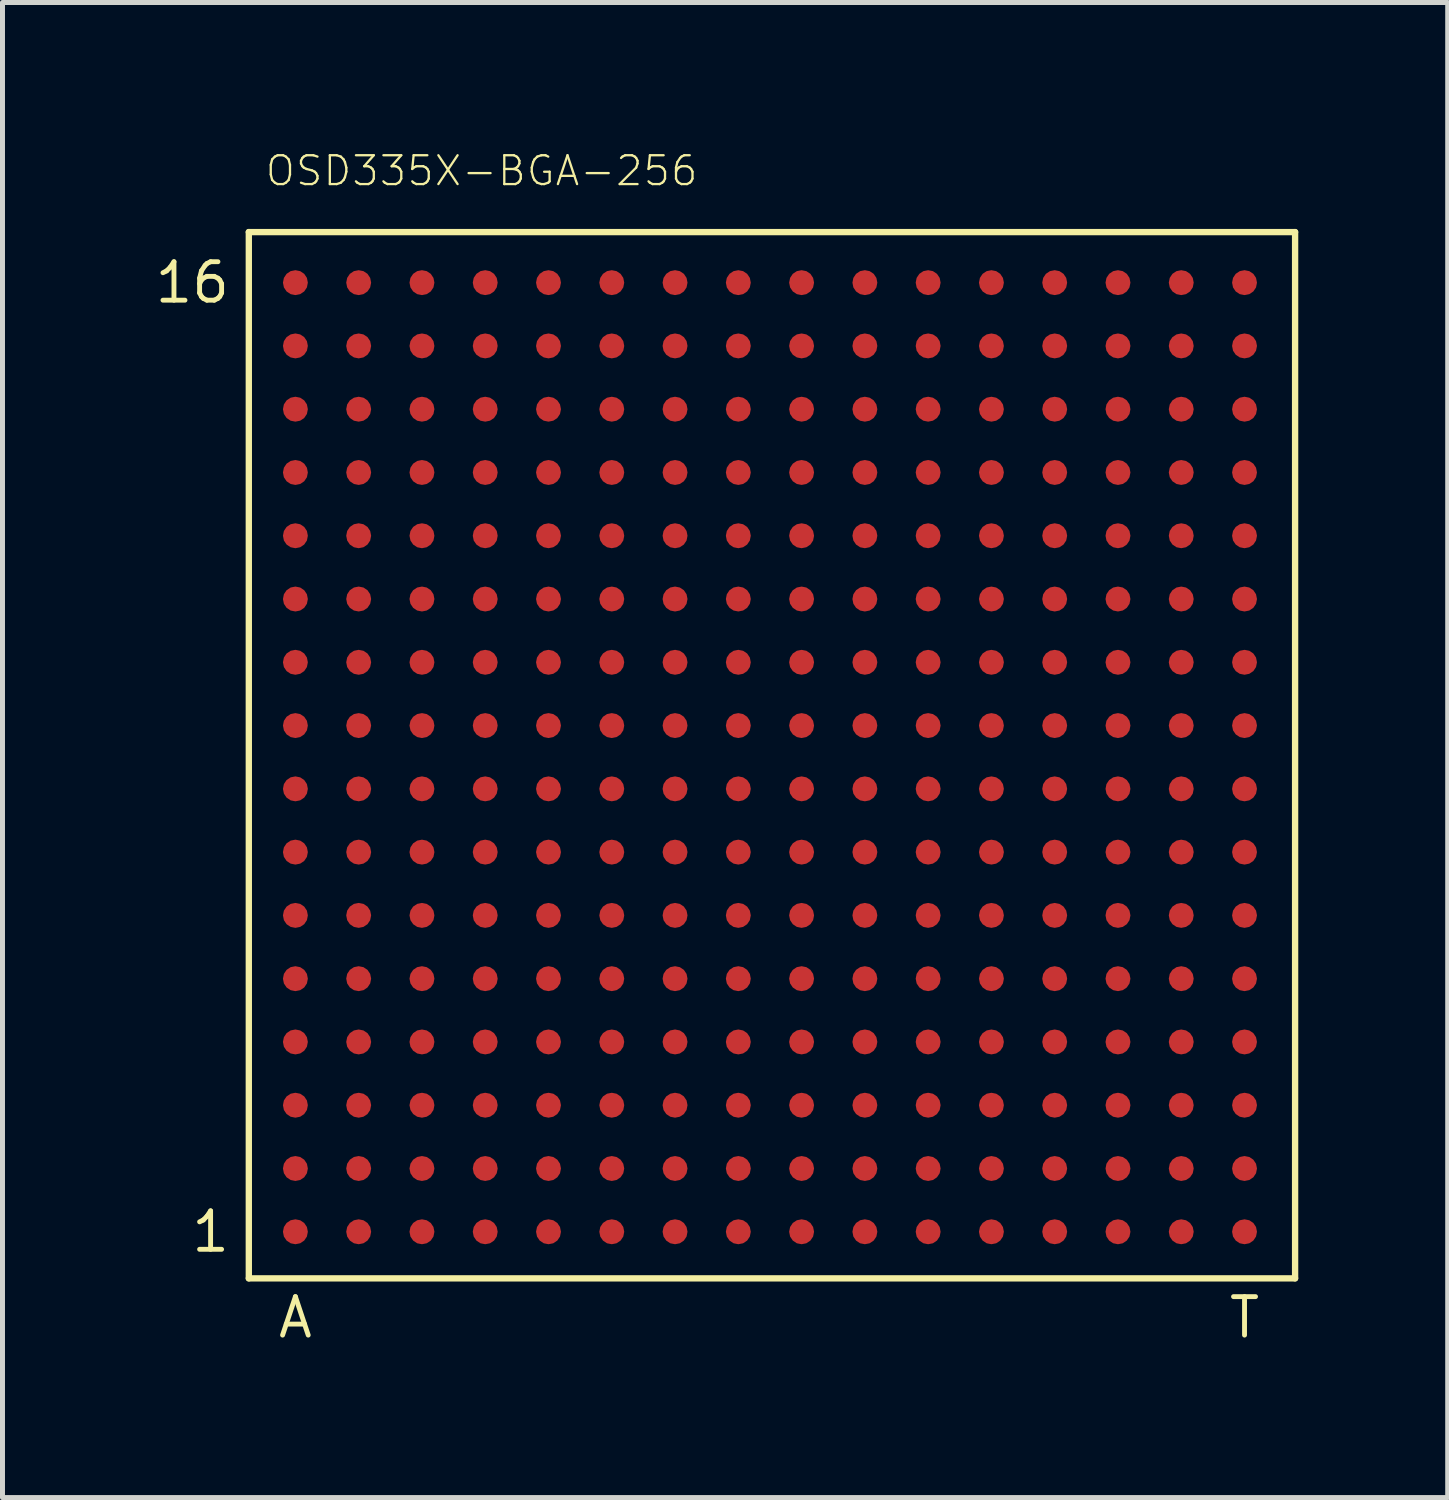
<source format=kicad_pcb>
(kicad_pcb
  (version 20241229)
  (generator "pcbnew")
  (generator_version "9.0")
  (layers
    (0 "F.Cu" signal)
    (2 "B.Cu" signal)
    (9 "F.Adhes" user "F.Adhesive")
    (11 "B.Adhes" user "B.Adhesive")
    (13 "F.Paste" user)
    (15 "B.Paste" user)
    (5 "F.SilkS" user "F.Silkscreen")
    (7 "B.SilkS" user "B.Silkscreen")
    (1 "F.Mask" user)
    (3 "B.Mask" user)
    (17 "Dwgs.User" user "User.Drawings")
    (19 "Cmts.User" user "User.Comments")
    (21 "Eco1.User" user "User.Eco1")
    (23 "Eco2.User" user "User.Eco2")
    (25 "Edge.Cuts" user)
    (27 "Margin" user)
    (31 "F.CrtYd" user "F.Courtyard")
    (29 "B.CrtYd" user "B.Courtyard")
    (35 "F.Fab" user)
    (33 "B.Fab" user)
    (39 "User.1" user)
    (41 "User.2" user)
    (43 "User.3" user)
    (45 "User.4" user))
  (footprint "OSD335X-BGA-256"
    (layer "F.Cu")
    (at 12.404 12.148)
    (property "Reference" "OSD335X-BGA-256" (at -10.16 -11.43 0) (layer "F.SilkS") (effects (font (size 0.579 0.579) (thickness 0.046)) (justify left bottom)))
    (attr through_hole)
    (fp_line (start -10.46 -10.54) (end -10.46 10.46) (stroke (width 0.127) (type solid)) (layer "F.SilkS"))
    (fp_line (start -10.46 10.46) (end 10.54 10.46) (stroke (width 0.127) (type solid)) (layer "F.SilkS"))
    (fp_line (start 10.54 -10.54) (end -10.46 -10.54) (stroke (width 0.127) (type solid)) (layer "F.SilkS"))
    (fp_line (start 10.54 10.46) (end 10.54 -10.54) (stroke (width 0.127) (type solid)) (layer "F.SilkS"))
    (fp_text user "16" (at -10.795 -9.525 0) (layer "F.SilkS") (effects (font (size 0.772 0.772) (thickness 0.098)) (justify right)))
    (fp_text user "A" (at -9.525 10.795 0) (layer "F.SilkS") (effects (font (size 0.772 0.772) (thickness 0.098)) (justify top)))
    (fp_text user "T" (at 9.525 10.795 0) (layer "F.SilkS") (effects (font (size 0.772 0.772) (thickness 0.098)) (justify top)))
    (fp_text user "1" (at -10.795 9.525 0) (layer "F.SilkS") (effects (font (size 0.772 0.772) (thickness 0.098)) (justify right)))
    (pad "A1" smd roundrect (at -9.525 9.525) (size 0.5 0.5) (layers "F.Cu" "F.Mask" "F.Paste") (roundrect_rratio 0.5))
    (pad "A2" smd roundrect (at -9.525 8.255) (size 0.5 0.5) (layers "F.Cu" "F.Mask" "F.Paste") (roundrect_rratio 0.5))
    (pad "A3" smd roundrect (at -9.525 6.985) (size 0.5 0.5) (layers "F.Cu" "F.Mask" "F.Paste") (roundrect_rratio 0.5))
    (pad "A4" smd roundrect (at -9.525 5.715) (size 0.5 0.5) (layers "F.Cu" "F.Mask" "F.Paste") (roundrect_rratio 0.5))
    (pad "A5" smd roundrect (at -9.525 4.445) (size 0.5 0.5) (layers "F.Cu" "F.Mask" "F.Paste") (roundrect_rratio 0.5))
    (pad "A6" smd roundrect (at -9.525 3.175) (size 0.5 0.5) (layers "F.Cu" "F.Mask" "F.Paste") (roundrect_rratio 0.5))
    (pad "A7" smd roundrect (at -9.525 1.905) (size 0.5 0.5) (layers "F.Cu" "F.Mask" "F.Paste") (roundrect_rratio 0.5))
    (pad "A8" smd roundrect (at -9.525 0.635) (size 0.5 0.5) (layers "F.Cu" "F.Mask" "F.Paste") (roundrect_rratio 0.5))
    (pad "A9" smd roundrect (at -9.525 -0.635) (size 0.5 0.5) (layers "F.Cu" "F.Mask" "F.Paste") (roundrect_rratio 0.5))
    (pad "A10" smd roundrect (at -9.525 -1.905) (size 0.5 0.5) (layers "F.Cu" "F.Mask" "F.Paste") (roundrect_rratio 0.5))
    (pad "A11" smd roundrect (at -9.525 -3.175) (size 0.5 0.5) (layers "F.Cu" "F.Mask" "F.Paste") (roundrect_rratio 0.5))
    (pad "A12" smd roundrect (at -9.525 -4.445) (size 0.5 0.5) (layers "F.Cu" "F.Mask" "F.Paste") (roundrect_rratio 0.5))
    (pad "A13" smd roundrect (at -9.525 -5.715) (size 0.5 0.5) (layers "F.Cu" "F.Mask" "F.Paste") (roundrect_rratio 0.5))
    (pad "A14" smd roundrect (at -9.525 -6.985) (size 0.5 0.5) (layers "F.Cu" "F.Mask" "F.Paste") (roundrect_rratio 0.5))
    (pad "A15" smd roundrect (at -9.525 -8.255) (size 0.5 0.5) (layers "F.Cu" "F.Mask" "F.Paste") (roundrect_rratio 0.5))
    (pad "A16" smd roundrect (at -9.525 -9.525) (size 0.5 0.5) (layers "F.Cu" "F.Mask" "F.Paste") (roundrect_rratio 0.5))
    (pad "B1" smd roundrect (at -8.255 9.525) (size 0.5 0.5) (layers "F.Cu" "F.Mask" "F.Paste") (roundrect_rratio 0.5))
    (pad "B2" smd roundrect (at -8.255 8.255) (size 0.5 0.5) (layers "F.Cu" "F.Mask" "F.Paste") (roundrect_rratio 0.5))
    (pad "B3" smd roundrect (at -8.255 6.985) (size 0.5 0.5) (layers "F.Cu" "F.Mask" "F.Paste") (roundrect_rratio 0.5))
    (pad "B4" smd roundrect (at -8.255 5.715) (size 0.5 0.5) (layers "F.Cu" "F.Mask" "F.Paste") (roundrect_rratio 0.5))
    (pad "B5" smd roundrect (at -8.255 4.445) (size 0.5 0.5) (layers "F.Cu" "F.Mask" "F.Paste") (roundrect_rratio 0.5))
    (pad "B6" smd roundrect (at -8.255 3.175) (size 0.5 0.5) (layers "F.Cu" "F.Mask" "F.Paste") (roundrect_rratio 0.5))
    (pad "B7" smd roundrect (at -8.255 1.905) (size 0.5 0.5) (layers "F.Cu" "F.Mask" "F.Paste") (roundrect_rratio 0.5))
    (pad "B8" smd roundrect (at -8.255 0.635) (size 0.5 0.5) (layers "F.Cu" "F.Mask" "F.Paste") (roundrect_rratio 0.5))
    (pad "B9" smd roundrect (at -8.255 -0.635) (size 0.5 0.5) (layers "F.Cu" "F.Mask" "F.Paste") (roundrect_rratio 0.5))
    (pad "B10" smd roundrect (at -8.255 -1.905) (size 0.5 0.5) (layers "F.Cu" "F.Mask" "F.Paste") (roundrect_rratio 0.5))
    (pad "B11" smd roundrect (at -8.255 -3.175) (size 0.5 0.5) (layers "F.Cu" "F.Mask" "F.Paste") (roundrect_rratio 0.5))
    (pad "B12" smd roundrect (at -8.255 -4.445) (size 0.5 0.5) (layers "F.Cu" "F.Mask" "F.Paste") (roundrect_rratio 0.5))
    (pad "B13" smd roundrect (at -8.255 -5.715) (size 0.5 0.5) (layers "F.Cu" "F.Mask" "F.Paste") (roundrect_rratio 0.5))
    (pad "B14" smd roundrect (at -8.255 -6.985) (size 0.5 0.5) (layers "F.Cu" "F.Mask" "F.Paste") (roundrect_rratio 0.5))
    (pad "B15" smd roundrect (at -8.255 -8.255) (size 0.5 0.5) (layers "F.Cu" "F.Mask" "F.Paste") (roundrect_rratio 0.5))
    (pad "B16" smd roundrect (at -8.255 -9.525) (size 0.5 0.5) (layers "F.Cu" "F.Mask" "F.Paste") (roundrect_rratio 0.5))
    (pad "C1" smd roundrect (at -6.985 9.525) (size 0.5 0.5) (layers "F.Cu" "F.Mask" "F.Paste") (roundrect_rratio 0.5))
    (pad "C2" smd roundrect (at -6.985 8.255) (size 0.5 0.5) (layers "F.Cu" "F.Mask" "F.Paste") (roundrect_rratio 0.5))
    (pad "C3" smd roundrect (at -6.985 6.985) (size 0.5 0.5) (layers "F.Cu" "F.Mask" "F.Paste") (roundrect_rratio 0.5))
    (pad "C4" smd roundrect (at -6.985 5.715) (size 0.5 0.5) (layers "F.Cu" "F.Mask" "F.Paste") (roundrect_rratio 0.5))
    (pad "C5" smd roundrect (at -6.985 4.445) (size 0.5 0.5) (layers "F.Cu" "F.Mask" "F.Paste") (roundrect_rratio 0.5))
    (pad "C6" smd roundrect (at -6.985 3.175) (size 0.5 0.5) (layers "F.Cu" "F.Mask" "F.Paste") (roundrect_rratio 0.5))
    (pad "C7" smd roundrect (at -6.985 1.905) (size 0.5 0.5) (layers "F.Cu" "F.Mask" "F.Paste") (roundrect_rratio 0.5))
    (pad "C8" smd roundrect (at -6.985 0.635) (size 0.5 0.5) (layers "F.Cu" "F.Mask" "F.Paste") (roundrect_rratio 0.5))
    (pad "C9" smd roundrect (at -6.985 -0.635) (size 0.5 0.5) (layers "F.Cu" "F.Mask" "F.Paste") (roundrect_rratio 0.5))
    (pad "C10" smd roundrect (at -6.985 -1.905) (size 0.5 0.5) (layers "F.Cu" "F.Mask" "F.Paste") (roundrect_rratio 0.5))
    (pad "C11" smd roundrect (at -6.985 -3.175) (size 0.5 0.5) (layers "F.Cu" "F.Mask" "F.Paste") (roundrect_rratio 0.5))
    (pad "C12" smd roundrect (at -6.985 -4.445) (size 0.5 0.5) (layers "F.Cu" "F.Mask" "F.Paste") (roundrect_rratio 0.5))
    (pad "C13" smd roundrect (at -6.985 -5.715) (size 0.5 0.5) (layers "F.Cu" "F.Mask" "F.Paste") (roundrect_rratio 0.5))
    (pad "C14" smd roundrect (at -6.985 -6.985) (size 0.5 0.5) (layers "F.Cu" "F.Mask" "F.Paste") (roundrect_rratio 0.5))
    (pad "C15" smd roundrect (at -6.985 -8.255) (size 0.5 0.5) (layers "F.Cu" "F.Mask" "F.Paste") (roundrect_rratio 0.5))
    (pad "C16" smd roundrect (at -6.985 -9.525) (size 0.5 0.5) (layers "F.Cu" "F.Mask" "F.Paste") (roundrect_rratio 0.5))
    (pad "D1" smd roundrect (at -5.715 9.525) (size 0.5 0.5) (layers "F.Cu" "F.Mask" "F.Paste") (roundrect_rratio 0.5))
    (pad "D2" smd roundrect (at -5.715 8.255) (size 0.5 0.5) (layers "F.Cu" "F.Mask" "F.Paste") (roundrect_rratio 0.5))
    (pad "D3" smd roundrect (at -5.715 6.985) (size 0.5 0.5) (layers "F.Cu" "F.Mask" "F.Paste") (roundrect_rratio 0.5))
    (pad "D4" smd roundrect (at -5.715 5.715) (size 0.5 0.5) (layers "F.Cu" "F.Mask" "F.Paste") (roundrect_rratio 0.5))
    (pad "D5" smd roundrect (at -5.715 4.445) (size 0.5 0.5) (layers "F.Cu" "F.Mask" "F.Paste") (roundrect_rratio 0.5))
    (pad "D6" smd roundrect (at -5.715 3.175) (size 0.5 0.5) (layers "F.Cu" "F.Mask" "F.Paste") (roundrect_rratio 0.5))
    (pad "D7" smd roundrect (at -5.715 1.905) (size 0.5 0.5) (layers "F.Cu" "F.Mask" "F.Paste") (roundrect_rratio 0.5))
    (pad "D8" smd roundrect (at -5.715 0.635) (size 0.5 0.5) (layers "F.Cu" "F.Mask" "F.Paste") (roundrect_rratio 0.5))
    (pad "D9" smd roundrect (at -5.715 -0.635) (size 0.5 0.5) (layers "F.Cu" "F.Mask" "F.Paste") (roundrect_rratio 0.5))
    (pad "D10" smd roundrect (at -5.715 -1.905) (size 0.5 0.5) (layers "F.Cu" "F.Mask" "F.Paste") (roundrect_rratio 0.5))
    (pad "D11" smd roundrect (at -5.715 -3.175) (size 0.5 0.5) (layers "F.Cu" "F.Mask" "F.Paste") (roundrect_rratio 0.5))
    (pad "D12" smd roundrect (at -5.715 -4.445) (size 0.5 0.5) (layers "F.Cu" "F.Mask" "F.Paste") (roundrect_rratio 0.5))
    (pad "D13" smd roundrect (at -5.715 -5.715) (size 0.5 0.5) (layers "F.Cu" "F.Mask" "F.Paste") (roundrect_rratio 0.5))
    (pad "D14" smd roundrect (at -5.715 -6.985) (size 0.5 0.5) (layers "F.Cu" "F.Mask" "F.Paste") (roundrect_rratio 0.5))
    (pad "D15" smd roundrect (at -5.715 -8.255) (size 0.5 0.5) (layers "F.Cu" "F.Mask" "F.Paste") (roundrect_rratio 0.5))
    (pad "D16" smd roundrect (at -5.715 -9.525) (size 0.5 0.5) (layers "F.Cu" "F.Mask" "F.Paste") (roundrect_rratio 0.5))
    (pad "E1" smd roundrect (at -4.445 9.525) (size 0.5 0.5) (layers "F.Cu" "F.Mask" "F.Paste") (roundrect_rratio 0.5))
    (pad "E2" smd roundrect (at -4.445 8.255) (size 0.5 0.5) (layers "F.Cu" "F.Mask" "F.Paste") (roundrect_rratio 0.5))
    (pad "E3" smd roundrect (at -4.445 6.985) (size 0.5 0.5) (layers "F.Cu" "F.Mask" "F.Paste") (roundrect_rratio 0.5))
    (pad "E4" smd roundrect (at -4.445 5.715) (size 0.5 0.5) (layers "F.Cu" "F.Mask" "F.Paste") (roundrect_rratio 0.5))
    (pad "E5" smd roundrect (at -4.445 4.445) (size 0.5 0.5) (layers "F.Cu" "F.Mask" "F.Paste") (roundrect_rratio 0.5))
    (pad "E6" smd roundrect (at -4.445 3.175) (size 0.5 0.5) (layers "F.Cu" "F.Mask" "F.Paste") (roundrect_rratio 0.5))
    (pad "E7" smd roundrect (at -4.445 1.905) (size 0.5 0.5) (layers "F.Cu" "F.Mask" "F.Paste") (roundrect_rratio 0.5))
    (pad "E8" smd roundrect (at -4.445 0.635) (size 0.5 0.5) (layers "F.Cu" "F.Mask" "F.Paste") (roundrect_rratio 0.5))
    (pad "E9" smd roundrect (at -4.445 -0.635) (size 0.5 0.5) (layers "F.Cu" "F.Mask" "F.Paste") (roundrect_rratio 0.5))
    (pad "E10" smd roundrect (at -4.445 -1.905) (size 0.5 0.5) (layers "F.Cu" "F.Mask" "F.Paste") (roundrect_rratio 0.5))
    (pad "E11" smd roundrect (at -4.445 -3.175) (size 0.5 0.5) (layers "F.Cu" "F.Mask" "F.Paste") (roundrect_rratio 0.5))
    (pad "E12" smd roundrect (at -4.445 -4.445) (size 0.5 0.5) (layers "F.Cu" "F.Mask" "F.Paste") (roundrect_rratio 0.5))
    (pad "E13" smd roundrect (at -4.445 -5.715) (size 0.5 0.5) (layers "F.Cu" "F.Mask" "F.Paste") (roundrect_rratio 0.5))
    (pad "E14" smd roundrect (at -4.445 -6.985) (size 0.5 0.5) (layers "F.Cu" "F.Mask" "F.Paste") (roundrect_rratio 0.5))
    (pad "E15" smd roundrect (at -4.445 -8.255) (size 0.5 0.5) (layers "F.Cu" "F.Mask" "F.Paste") (roundrect_rratio 0.5))
    (pad "E16" smd roundrect (at -4.445 -9.525) (size 0.5 0.5) (layers "F.Cu" "F.Mask" "F.Paste") (roundrect_rratio 0.5))
    (pad "F1" smd roundrect (at -3.175 9.525) (size 0.5 0.5) (layers "F.Cu" "F.Mask" "F.Paste") (roundrect_rratio 0.5))
    (pad "F2" smd roundrect (at -3.175 8.255) (size 0.5 0.5) (layers "F.Cu" "F.Mask" "F.Paste") (roundrect_rratio 0.5))
    (pad "F3" smd roundrect (at -3.175 6.985) (size 0.5 0.5) (layers "F.Cu" "F.Mask" "F.Paste") (roundrect_rratio 0.5))
    (pad "F4" smd roundrect (at -3.175 5.715) (size 0.5 0.5) (layers "F.Cu" "F.Mask" "F.Paste") (roundrect_rratio 0.5))
    (pad "F5" smd roundrect (at -3.175 4.445) (size 0.5 0.5) (layers "F.Cu" "F.Mask" "F.Paste") (roundrect_rratio 0.5))
    (pad "F6" smd roundrect (at -3.175 3.175) (size 0.5 0.5) (layers "F.Cu" "F.Mask" "F.Paste") (roundrect_rratio 0.5))
    (pad "F7" smd roundrect (at -3.175 1.905) (size 0.5 0.5) (layers "F.Cu" "F.Mask" "F.Paste") (roundrect_rratio 0.5))
    (pad "F8" smd roundrect (at -3.175 0.635) (size 0.5 0.5) (layers "F.Cu" "F.Mask" "F.Paste") (roundrect_rratio 0.5))
    (pad "F9" smd roundrect (at -3.175 -0.635) (size 0.5 0.5) (layers "F.Cu" "F.Mask" "F.Paste") (roundrect_rratio 0.5))
    (pad "F10" smd roundrect (at -3.175 -1.905) (size 0.5 0.5) (layers "F.Cu" "F.Mask" "F.Paste") (roundrect_rratio 0.5))
    (pad "F11" smd roundrect (at -3.175 -3.175) (size 0.5 0.5) (layers "F.Cu" "F.Mask" "F.Paste") (roundrect_rratio 0.5))
    (pad "F12" smd roundrect (at -3.175 -4.445) (size 0.5 0.5) (layers "F.Cu" "F.Mask" "F.Paste") (roundrect_rratio 0.5))
    (pad "F13" smd roundrect (at -3.175 -5.715) (size 0.5 0.5) (layers "F.Cu" "F.Mask" "F.Paste") (roundrect_rratio 0.5))
    (pad "F14" smd roundrect (at -3.175 -6.985) (size 0.5 0.5) (layers "F.Cu" "F.Mask" "F.Paste") (roundrect_rratio 0.5))
    (pad "F15" smd roundrect (at -3.175 -8.255) (size 0.5 0.5) (layers "F.Cu" "F.Mask" "F.Paste") (roundrect_rratio 0.5))
    (pad "F16" smd roundrect (at -3.175 -9.525) (size 0.5 0.5) (layers "F.Cu" "F.Mask" "F.Paste") (roundrect_rratio 0.5))
    (pad "G1" smd roundrect (at -1.905 9.525) (size 0.5 0.5) (layers "F.Cu" "F.Mask" "F.Paste") (roundrect_rratio 0.5))
    (pad "G2" smd roundrect (at -1.905 8.255) (size 0.5 0.5) (layers "F.Cu" "F.Mask" "F.Paste") (roundrect_rratio 0.5))
    (pad "G3" smd roundrect (at -1.905 6.985) (size 0.5 0.5) (layers "F.Cu" "F.Mask" "F.Paste") (roundrect_rratio 0.5))
    (pad "G4" smd roundrect (at -1.905 5.715) (size 0.5 0.5) (layers "F.Cu" "F.Mask" "F.Paste") (roundrect_rratio 0.5))
    (pad "G5" smd roundrect (at -1.905 4.445) (size 0.5 0.5) (layers "F.Cu" "F.Mask" "F.Paste") (roundrect_rratio 0.5))
    (pad "G6" smd roundrect (at -1.905 3.175) (size 0.5 0.5) (layers "F.Cu" "F.Mask" "F.Paste") (roundrect_rratio 0.5))
    (pad "G7" smd roundrect (at -1.905 1.905) (size 0.5 0.5) (layers "F.Cu" "F.Mask" "F.Paste") (roundrect_rratio 0.5))
    (pad "G8" smd roundrect (at -1.905 0.635) (size 0.5 0.5) (layers "F.Cu" "F.Mask" "F.Paste") (roundrect_rratio 0.5))
    (pad "G9" smd roundrect (at -1.905 -0.635) (size 0.5 0.5) (layers "F.Cu" "F.Mask" "F.Paste") (roundrect_rratio 0.5))
    (pad "G10" smd roundrect (at -1.905 -1.905) (size 0.5 0.5) (layers "F.Cu" "F.Mask" "F.Paste") (roundrect_rratio 0.5))
    (pad "G11" smd roundrect (at -1.905 -3.175) (size 0.5 0.5) (layers "F.Cu" "F.Mask" "F.Paste") (roundrect_rratio 0.5))
    (pad "G12" smd roundrect (at -1.905 -4.445) (size 0.5 0.5) (layers "F.Cu" "F.Mask" "F.Paste") (roundrect_rratio 0.5))
    (pad "G13" smd roundrect (at -1.905 -5.715) (size 0.5 0.5) (layers "F.Cu" "F.Mask" "F.Paste") (roundrect_rratio 0.5))
    (pad "G14" smd roundrect (at -1.905 -6.985) (size 0.5 0.5) (layers "F.Cu" "F.Mask" "F.Paste") (roundrect_rratio 0.5))
    (pad "G15" smd roundrect (at -1.905 -8.255) (size 0.5 0.5) (layers "F.Cu" "F.Mask" "F.Paste") (roundrect_rratio 0.5))
    (pad "G16" smd roundrect (at -1.905 -9.525) (size 0.5 0.5) (layers "F.Cu" "F.Mask" "F.Paste") (roundrect_rratio 0.5))
    (pad "H1" smd roundrect (at -0.635 9.525) (size 0.5 0.5) (layers "F.Cu" "F.Mask" "F.Paste") (roundrect_rratio 0.5))
    (pad "H2" smd roundrect (at -0.635 8.255) (size 0.5 0.5) (layers "F.Cu" "F.Mask" "F.Paste") (roundrect_rratio 0.5))
    (pad "H3" smd roundrect (at -0.635 6.985) (size 0.5 0.5) (layers "F.Cu" "F.Mask" "F.Paste") (roundrect_rratio 0.5))
    (pad "H4" smd roundrect (at -0.635 5.715) (size 0.5 0.5) (layers "F.Cu" "F.Mask" "F.Paste") (roundrect_rratio 0.5))
    (pad "H5" smd roundrect (at -0.635 4.445) (size 0.5 0.5) (layers "F.Cu" "F.Mask" "F.Paste") (roundrect_rratio 0.5))
    (pad "H6" smd roundrect (at -0.635 3.175) (size 0.5 0.5) (layers "F.Cu" "F.Mask" "F.Paste") (roundrect_rratio 0.5))
    (pad "H7" smd roundrect (at -0.635 1.905) (size 0.5 0.5) (layers "F.Cu" "F.Mask" "F.Paste") (roundrect_rratio 0.5))
    (pad "H8" smd roundrect (at -0.635 0.635) (size 0.5 0.5) (layers "F.Cu" "F.Mask" "F.Paste") (roundrect_rratio 0.5))
    (pad "H9" smd roundrect (at -0.635 -0.635) (size 0.5 0.5) (layers "F.Cu" "F.Mask" "F.Paste") (roundrect_rratio 0.5))
    (pad "H10" smd roundrect (at -0.635 -1.905) (size 0.5 0.5) (layers "F.Cu" "F.Mask" "F.Paste") (roundrect_rratio 0.5))
    (pad "H11" smd roundrect (at -0.635 -3.175) (size 0.5 0.5) (layers "F.Cu" "F.Mask" "F.Paste") (roundrect_rratio 0.5))
    (pad "H12" smd roundrect (at -0.635 -4.445) (size 0.5 0.5) (layers "F.Cu" "F.Mask" "F.Paste") (roundrect_rratio 0.5))
    (pad "H13" smd roundrect (at -0.635 -5.715) (size 0.5 0.5) (layers "F.Cu" "F.Mask" "F.Paste") (roundrect_rratio 0.5))
    (pad "H14" smd roundrect (at -0.635 -6.985) (size 0.5 0.5) (layers "F.Cu" "F.Mask" "F.Paste") (roundrect_rratio 0.5))
    (pad "H15" smd roundrect (at -0.635 -8.255) (size 0.5 0.5) (layers "F.Cu" "F.Mask" "F.Paste") (roundrect_rratio 0.5))
    (pad "H16" smd roundrect (at -0.635 -9.525) (size 0.5 0.5) (layers "F.Cu" "F.Mask" "F.Paste") (roundrect_rratio 0.5))
    (pad "J1" smd roundrect (at 0.635 9.525) (size 0.5 0.5) (layers "F.Cu" "F.Mask" "F.Paste") (roundrect_rratio 0.5))
    (pad "J2" smd roundrect (at 0.635 8.255) (size 0.5 0.5) (layers "F.Cu" "F.Mask" "F.Paste") (roundrect_rratio 0.5))
    (pad "J3" smd roundrect (at 0.635 6.985) (size 0.5 0.5) (layers "F.Cu" "F.Mask" "F.Paste") (roundrect_rratio 0.5))
    (pad "J4" smd roundrect (at 0.635 5.715) (size 0.5 0.5) (layers "F.Cu" "F.Mask" "F.Paste") (roundrect_rratio 0.5))
    (pad "J5" smd roundrect (at 0.635 4.445) (size 0.5 0.5) (layers "F.Cu" "F.Mask" "F.Paste") (roundrect_rratio 0.5))
    (pad "J6" smd roundrect (at 0.635 3.175) (size 0.5 0.5) (layers "F.Cu" "F.Mask" "F.Paste") (roundrect_rratio 0.5))
    (pad "J7" smd roundrect (at 0.635 1.905) (size 0.5 0.5) (layers "F.Cu" "F.Mask" "F.Paste") (roundrect_rratio 0.5))
    (pad "J8" smd roundrect (at 0.635 0.635) (size 0.5 0.5) (layers "F.Cu" "F.Mask" "F.Paste") (roundrect_rratio 0.5))
    (pad "J9" smd roundrect (at 0.635 -0.635) (size 0.5 0.5) (layers "F.Cu" "F.Mask" "F.Paste") (roundrect_rratio 0.5))
    (pad "J10" smd roundrect (at 0.635 -1.905) (size 0.5 0.5) (layers "F.Cu" "F.Mask" "F.Paste") (roundrect_rratio 0.5))
    (pad "J11" smd roundrect (at 0.635 -3.175) (size 0.5 0.5) (layers "F.Cu" "F.Mask" "F.Paste") (roundrect_rratio 0.5))
    (pad "J12" smd roundrect (at 0.635 -4.445) (size 0.5 0.5) (layers "F.Cu" "F.Mask" "F.Paste") (roundrect_rratio 0.5))
    (pad "J13" smd roundrect (at 0.635 -5.715) (size 0.5 0.5) (layers "F.Cu" "F.Mask" "F.Paste") (roundrect_rratio 0.5))
    (pad "J14" smd roundrect (at 0.635 -6.985) (size 0.5 0.5) (layers "F.Cu" "F.Mask" "F.Paste") (roundrect_rratio 0.5))
    (pad "J15" smd roundrect (at 0.635 -8.255) (size 0.5 0.5) (layers "F.Cu" "F.Mask" "F.Paste") (roundrect_rratio 0.5))
    (pad "J16" smd roundrect (at 0.635 -9.525) (size 0.5 0.5) (layers "F.Cu" "F.Mask" "F.Paste") (roundrect_rratio 0.5))
    (pad "K1" smd roundrect (at 1.905 9.525) (size 0.5 0.5) (layers "F.Cu" "F.Mask" "F.Paste") (roundrect_rratio 0.5))
    (pad "K2" smd roundrect (at 1.905 8.255) (size 0.5 0.5) (layers "F.Cu" "F.Mask" "F.Paste") (roundrect_rratio 0.5))
    (pad "K3" smd roundrect (at 1.905 6.985) (size 0.5 0.5) (layers "F.Cu" "F.Mask" "F.Paste") (roundrect_rratio 0.5))
    (pad "K4" smd roundrect (at 1.905 5.715) (size 0.5 0.5) (layers "F.Cu" "F.Mask" "F.Paste") (roundrect_rratio 0.5))
    (pad "K5" smd roundrect (at 1.905 4.445) (size 0.5 0.5) (layers "F.Cu" "F.Mask" "F.Paste") (roundrect_rratio 0.5))
    (pad "K6" smd roundrect (at 1.905 3.175) (size 0.5 0.5) (layers "F.Cu" "F.Mask" "F.Paste") (roundrect_rratio 0.5))
    (pad "K7" smd roundrect (at 1.905 1.905) (size 0.5 0.5) (layers "F.Cu" "F.Mask" "F.Paste") (roundrect_rratio 0.5))
    (pad "K8" smd roundrect (at 1.905 0.635) (size 0.5 0.5) (layers "F.Cu" "F.Mask" "F.Paste") (roundrect_rratio 0.5))
    (pad "K9" smd roundrect (at 1.905 -0.635) (size 0.5 0.5) (layers "F.Cu" "F.Mask" "F.Paste") (roundrect_rratio 0.5))
    (pad "K10" smd roundrect (at 1.905 -1.905) (size 0.5 0.5) (layers "F.Cu" "F.Mask" "F.Paste") (roundrect_rratio 0.5))
    (pad "K11" smd roundrect (at 1.905 -3.175) (size 0.5 0.5) (layers "F.Cu" "F.Mask" "F.Paste") (roundrect_rratio 0.5))
    (pad "K12" smd roundrect (at 1.905 -4.445) (size 0.5 0.5) (layers "F.Cu" "F.Mask" "F.Paste") (roundrect_rratio 0.5))
    (pad "K13" smd roundrect (at 1.905 -5.715) (size 0.5 0.5) (layers "F.Cu" "F.Mask" "F.Paste") (roundrect_rratio 0.5))
    (pad "K14" smd roundrect (at 1.905 -6.985) (size 0.5 0.5) (layers "F.Cu" "F.Mask" "F.Paste") (roundrect_rratio 0.5))
    (pad "K15" smd roundrect (at 1.905 -8.255) (size 0.5 0.5) (layers "F.Cu" "F.Mask" "F.Paste") (roundrect_rratio 0.5))
    (pad "K16" smd roundrect (at 1.905 -9.525) (size 0.5 0.5) (layers "F.Cu" "F.Mask" "F.Paste") (roundrect_rratio 0.5))
    (pad "L1" smd roundrect (at 3.175 9.525) (size 0.5 0.5) (layers "F.Cu" "F.Mask" "F.Paste") (roundrect_rratio 0.5))
    (pad "L2" smd roundrect (at 3.175 8.255) (size 0.5 0.5) (layers "F.Cu" "F.Mask" "F.Paste") (roundrect_rratio 0.5))
    (pad "L3" smd roundrect (at 3.175 6.985) (size 0.5 0.5) (layers "F.Cu" "F.Mask" "F.Paste") (roundrect_rratio 0.5))
    (pad "L4" smd roundrect (at 3.175 5.715) (size 0.5 0.5) (layers "F.Cu" "F.Mask" "F.Paste") (roundrect_rratio 0.5))
    (pad "L5" smd roundrect (at 3.175 4.445) (size 0.5 0.5) (layers "F.Cu" "F.Mask" "F.Paste") (roundrect_rratio 0.5))
    (pad "L6" smd roundrect (at 3.175 3.175) (size 0.5 0.5) (layers "F.Cu" "F.Mask" "F.Paste") (roundrect_rratio 0.5))
    (pad "L7" smd roundrect (at 3.175 1.905) (size 0.5 0.5) (layers "F.Cu" "F.Mask" "F.Paste") (roundrect_rratio 0.5))
    (pad "L8" smd roundrect (at 3.175 0.635) (size 0.5 0.5) (layers "F.Cu" "F.Mask" "F.Paste") (roundrect_rratio 0.5))
    (pad "L9" smd roundrect (at 3.175 -0.635) (size 0.5 0.5) (layers "F.Cu" "F.Mask" "F.Paste") (roundrect_rratio 0.5))
    (pad "L10" smd roundrect (at 3.175 -1.905) (size 0.5 0.5) (layers "F.Cu" "F.Mask" "F.Paste") (roundrect_rratio 0.5))
    (pad "L11" smd roundrect (at 3.175 -3.175) (size 0.5 0.5) (layers "F.Cu" "F.Mask" "F.Paste") (roundrect_rratio 0.5))
    (pad "L12" smd roundrect (at 3.175 -4.445) (size 0.5 0.5) (layers "F.Cu" "F.Mask" "F.Paste") (roundrect_rratio 0.5))
    (pad "L13" smd roundrect (at 3.175 -5.715) (size 0.5 0.5) (layers "F.Cu" "F.Mask" "F.Paste") (roundrect_rratio 0.5))
    (pad "L14" smd roundrect (at 3.175 -6.985) (size 0.5 0.5) (layers "F.Cu" "F.Mask" "F.Paste") (roundrect_rratio 0.5))
    (pad "L15" smd roundrect (at 3.175 -8.255) (size 0.5 0.5) (layers "F.Cu" "F.Mask" "F.Paste") (roundrect_rratio 0.5))
    (pad "L16" smd roundrect (at 3.175 -9.525) (size 0.5 0.5) (layers "F.Cu" "F.Mask" "F.Paste") (roundrect_rratio 0.5))
    (pad "M1" smd roundrect (at 4.445 9.525) (size 0.5 0.5) (layers "F.Cu" "F.Mask" "F.Paste") (roundrect_rratio 0.5))
    (pad "M2" smd roundrect (at 4.445 8.255) (size 0.5 0.5) (layers "F.Cu" "F.Mask" "F.Paste") (roundrect_rratio 0.5))
    (pad "M3" smd roundrect (at 4.445 6.985) (size 0.5 0.5) (layers "F.Cu" "F.Mask" "F.Paste") (roundrect_rratio 0.5))
    (pad "M4" smd roundrect (at 4.445 5.715) (size 0.5 0.5) (layers "F.Cu" "F.Mask" "F.Paste") (roundrect_rratio 0.5))
    (pad "M5" smd roundrect (at 4.445 4.445) (size 0.5 0.5) (layers "F.Cu" "F.Mask" "F.Paste") (roundrect_rratio 0.5))
    (pad "M6" smd roundrect (at 4.445 3.175) (size 0.5 0.5) (layers "F.Cu" "F.Mask" "F.Paste") (roundrect_rratio 0.5))
    (pad "M7" smd roundrect (at 4.445 1.905) (size 0.5 0.5) (layers "F.Cu" "F.Mask" "F.Paste") (roundrect_rratio 0.5))
    (pad "M8" smd roundrect (at 4.445 0.635) (size 0.5 0.5) (layers "F.Cu" "F.Mask" "F.Paste") (roundrect_rratio 0.5))
    (pad "M9" smd roundrect (at 4.445 -0.635) (size 0.5 0.5) (layers "F.Cu" "F.Mask" "F.Paste") (roundrect_rratio 0.5))
    (pad "M10" smd roundrect (at 4.445 -1.905) (size 0.5 0.5) (layers "F.Cu" "F.Mask" "F.Paste") (roundrect_rratio 0.5))
    (pad "M11" smd roundrect (at 4.445 -3.175) (size 0.5 0.5) (layers "F.Cu" "F.Mask" "F.Paste") (roundrect_rratio 0.5))
    (pad "M12" smd roundrect (at 4.445 -4.445) (size 0.5 0.5) (layers "F.Cu" "F.Mask" "F.Paste") (roundrect_rratio 0.5))
    (pad "M13" smd roundrect (at 4.445 -5.715) (size 0.5 0.5) (layers "F.Cu" "F.Mask" "F.Paste") (roundrect_rratio 0.5))
    (pad "M14" smd roundrect (at 4.445 -6.985) (size 0.5 0.5) (layers "F.Cu" "F.Mask" "F.Paste") (roundrect_rratio 0.5))
    (pad "M15" smd roundrect (at 4.445 -8.255) (size 0.5 0.5) (layers "F.Cu" "F.Mask" "F.Paste") (roundrect_rratio 0.5))
    (pad "M16" smd roundrect (at 4.445 -9.525) (size 0.5 0.5) (layers "F.Cu" "F.Mask" "F.Paste") (roundrect_rratio 0.5))
    (pad "N1" smd roundrect (at 5.715 9.525) (size 0.5 0.5) (layers "F.Cu" "F.Mask" "F.Paste") (roundrect_rratio 0.5))
    (pad "N2" smd roundrect (at 5.715 8.255) (size 0.5 0.5) (layers "F.Cu" "F.Mask" "F.Paste") (roundrect_rratio 0.5))
    (pad "N3" smd roundrect (at 5.715 6.985) (size 0.5 0.5) (layers "F.Cu" "F.Mask" "F.Paste") (roundrect_rratio 0.5))
    (pad "N4" smd roundrect (at 5.715 5.715) (size 0.5 0.5) (layers "F.Cu" "F.Mask" "F.Paste") (roundrect_rratio 0.5))
    (pad "N5" smd roundrect (at 5.715 4.445) (size 0.5 0.5) (layers "F.Cu" "F.Mask" "F.Paste") (roundrect_rratio 0.5))
    (pad "N6" smd roundrect (at 5.715 3.175) (size 0.5 0.5) (layers "F.Cu" "F.Mask" "F.Paste") (roundrect_rratio 0.5))
    (pad "N7" smd roundrect (at 5.715 1.905) (size 0.5 0.5) (layers "F.Cu" "F.Mask" "F.Paste") (roundrect_rratio 0.5))
    (pad "N8" smd roundrect (at 5.715 0.635) (size 0.5 0.5) (layers "F.Cu" "F.Mask" "F.Paste") (roundrect_rratio 0.5))
    (pad "N9" smd roundrect (at 5.715 -0.635) (size 0.5 0.5) (layers "F.Cu" "F.Mask" "F.Paste") (roundrect_rratio 0.5))
    (pad "N10" smd roundrect (at 5.715 -1.905) (size 0.5 0.5) (layers "F.Cu" "F.Mask" "F.Paste") (roundrect_rratio 0.5))
    (pad "N11" smd roundrect (at 5.715 -3.175) (size 0.5 0.5) (layers "F.Cu" "F.Mask" "F.Paste") (roundrect_rratio 0.5))
    (pad "N12" smd roundrect (at 5.715 -4.445) (size 0.5 0.5) (layers "F.Cu" "F.Mask" "F.Paste") (roundrect_rratio 0.5))
    (pad "N13" smd roundrect (at 5.715 -5.715) (size 0.5 0.5) (layers "F.Cu" "F.Mask" "F.Paste") (roundrect_rratio 0.5))
    (pad "N14" smd roundrect (at 5.715 -6.985) (size 0.5 0.5) (layers "F.Cu" "F.Mask" "F.Paste") (roundrect_rratio 0.5))
    (pad "N15" smd roundrect (at 5.715 -8.255) (size 0.5 0.5) (layers "F.Cu" "F.Mask" "F.Paste") (roundrect_rratio 0.5))
    (pad "N16" smd roundrect (at 5.715 -9.525) (size 0.5 0.5) (layers "F.Cu" "F.Mask" "F.Paste") (roundrect_rratio 0.5))
    (pad "P1" smd roundrect (at 6.985 9.525) (size 0.5 0.5) (layers "F.Cu" "F.Mask" "F.Paste") (roundrect_rratio 0.5))
    (pad "P2" smd roundrect (at 6.985 8.255) (size 0.5 0.5) (layers "F.Cu" "F.Mask" "F.Paste") (roundrect_rratio 0.5))
    (pad "P3" smd roundrect (at 6.985 6.985) (size 0.5 0.5) (layers "F.Cu" "F.Mask" "F.Paste") (roundrect_rratio 0.5))
    (pad "P4" smd roundrect (at 6.985 5.715) (size 0.5 0.5) (layers "F.Cu" "F.Mask" "F.Paste") (roundrect_rratio 0.5))
    (pad "P5" smd roundrect (at 6.985 4.445) (size 0.5 0.5) (layers "F.Cu" "F.Mask" "F.Paste") (roundrect_rratio 0.5))
    (pad "P6" smd roundrect (at 6.985 3.175) (size 0.5 0.5) (layers "F.Cu" "F.Mask" "F.Paste") (roundrect_rratio 0.5))
    (pad "P7" smd roundrect (at 6.985 1.905) (size 0.5 0.5) (layers "F.Cu" "F.Mask" "F.Paste") (roundrect_rratio 0.5))
    (pad "P8" smd roundrect (at 6.985 0.635) (size 0.5 0.5) (layers "F.Cu" "F.Mask" "F.Paste") (roundrect_rratio 0.5))
    (pad "P9" smd roundrect (at 6.985 -0.635) (size 0.5 0.5) (layers "F.Cu" "F.Mask" "F.Paste") (roundrect_rratio 0.5))
    (pad "P10" smd roundrect (at 6.985 -1.905) (size 0.5 0.5) (layers "F.Cu" "F.Mask" "F.Paste") (roundrect_rratio 0.5))
    (pad "P11" smd roundrect (at 6.985 -3.175) (size 0.5 0.5) (layers "F.Cu" "F.Mask" "F.Paste") (roundrect_rratio 0.5))
    (pad "P12" smd roundrect (at 6.985 -4.445) (size 0.5 0.5) (layers "F.Cu" "F.Mask" "F.Paste") (roundrect_rratio 0.5))
    (pad "P13" smd roundrect (at 6.985 -5.715) (size 0.5 0.5) (layers "F.Cu" "F.Mask" "F.Paste") (roundrect_rratio 0.5))
    (pad "P14" smd roundrect (at 6.985 -6.985) (size 0.5 0.5) (layers "F.Cu" "F.Mask" "F.Paste") (roundrect_rratio 0.5))
    (pad "P15" smd roundrect (at 6.985 -8.255) (size 0.5 0.5) (layers "F.Cu" "F.Mask" "F.Paste") (roundrect_rratio 0.5))
    (pad "P16" smd roundrect (at 6.985 -9.525) (size 0.5 0.5) (layers "F.Cu" "F.Mask" "F.Paste") (roundrect_rratio 0.5))
    (pad "R1" smd roundrect (at 8.255 9.525) (size 0.5 0.5) (layers "F.Cu" "F.Mask" "F.Paste") (roundrect_rratio 0.5))
    (pad "R2" smd roundrect (at 8.255 8.255) (size 0.5 0.5) (layers "F.Cu" "F.Mask" "F.Paste") (roundrect_rratio 0.5))
    (pad "R3" smd roundrect (at 8.255 6.985) (size 0.5 0.5) (layers "F.Cu" "F.Mask" "F.Paste") (roundrect_rratio 0.5))
    (pad "R4" smd roundrect (at 8.255 5.715) (size 0.5 0.5) (layers "F.Cu" "F.Mask" "F.Paste") (roundrect_rratio 0.5))
    (pad "R5" smd roundrect (at 8.255 4.445) (size 0.5 0.5) (layers "F.Cu" "F.Mask" "F.Paste") (roundrect_rratio 0.5))
    (pad "R6" smd roundrect (at 8.255 3.175) (size 0.5 0.5) (layers "F.Cu" "F.Mask" "F.Paste") (roundrect_rratio 0.5))
    (pad "R7" smd roundrect (at 8.255 1.905) (size 0.5 0.5) (layers "F.Cu" "F.Mask" "F.Paste") (roundrect_rratio 0.5))
    (pad "R8" smd roundrect (at 8.255 0.635) (size 0.5 0.5) (layers "F.Cu" "F.Mask" "F.Paste") (roundrect_rratio 0.5))
    (pad "R9" smd roundrect (at 8.255 -0.635) (size 0.5 0.5) (layers "F.Cu" "F.Mask" "F.Paste") (roundrect_rratio 0.5))
    (pad "R10" smd roundrect (at 8.255 -1.905) (size 0.5 0.5) (layers "F.Cu" "F.Mask" "F.Paste") (roundrect_rratio 0.5))
    (pad "R11" smd roundrect (at 8.255 -3.175) (size 0.5 0.5) (layers "F.Cu" "F.Mask" "F.Paste") (roundrect_rratio 0.5))
    (pad "R12" smd roundrect (at 8.255 -4.445) (size 0.5 0.5) (layers "F.Cu" "F.Mask" "F.Paste") (roundrect_rratio 0.5))
    (pad "R13" smd roundrect (at 8.255 -5.715) (size 0.5 0.5) (layers "F.Cu" "F.Mask" "F.Paste") (roundrect_rratio 0.5))
    (pad "R14" smd roundrect (at 8.255 -6.985) (size 0.5 0.5) (layers "F.Cu" "F.Mask" "F.Paste") (roundrect_rratio 0.5))
    (pad "R15" smd roundrect (at 8.255 -8.255) (size 0.5 0.5) (layers "F.Cu" "F.Mask" "F.Paste") (roundrect_rratio 0.5))
    (pad "R16" smd roundrect (at 8.255 -9.525) (size 0.5 0.5) (layers "F.Cu" "F.Mask" "F.Paste") (roundrect_rratio 0.5))
    (pad "T1" smd roundrect (at 9.525 9.525) (size 0.5 0.5) (layers "F.Cu" "F.Mask" "F.Paste") (roundrect_rratio 0.5))
    (pad "T2" smd roundrect (at 9.525 8.255) (size 0.5 0.5) (layers "F.Cu" "F.Mask" "F.Paste") (roundrect_rratio 0.5))
    (pad "T3" smd roundrect (at 9.525 6.985) (size 0.5 0.5) (layers "F.Cu" "F.Mask" "F.Paste") (roundrect_rratio 0.5))
    (pad "T4" smd roundrect (at 9.525 5.715) (size 0.5 0.5) (layers "F.Cu" "F.Mask" "F.Paste") (roundrect_rratio 0.5))
    (pad "T5" smd roundrect (at 9.525 4.445) (size 0.5 0.5) (layers "F.Cu" "F.Mask" "F.Paste") (roundrect_rratio 0.5))
    (pad "T6" smd roundrect (at 9.525 3.175) (size 0.5 0.5) (layers "F.Cu" "F.Mask" "F.Paste") (roundrect_rratio 0.5))
    (pad "T7" smd roundrect (at 9.525 1.905) (size 0.5 0.5) (layers "F.Cu" "F.Mask" "F.Paste") (roundrect_rratio 0.5))
    (pad "T8" smd roundrect (at 9.525 0.635) (size 0.5 0.5) (layers "F.Cu" "F.Mask" "F.Paste") (roundrect_rratio 0.5))
    (pad "T9" smd roundrect (at 9.525 -0.635) (size 0.5 0.5) (layers "F.Cu" "F.Mask" "F.Paste") (roundrect_rratio 0.5))
    (pad "T10" smd roundrect (at 9.525 -1.905) (size 0.5 0.5) (layers "F.Cu" "F.Mask" "F.Paste") (roundrect_rratio 0.5))
    (pad "T11" smd roundrect (at 9.525 -3.175) (size 0.5 0.5) (layers "F.Cu" "F.Mask" "F.Paste") (roundrect_rratio 0.5))
    (pad "T12" smd roundrect (at 9.525 -4.445) (size 0.5 0.5) (layers "F.Cu" "F.Mask" "F.Paste") (roundrect_rratio 0.5))
    (pad "T13" smd roundrect (at 9.525 -5.715) (size 0.5 0.5) (layers "F.Cu" "F.Mask" "F.Paste") (roundrect_rratio 0.5))
    (pad "T14" smd roundrect (at 9.525 -6.985) (size 0.5 0.5) (layers "F.Cu" "F.Mask" "F.Paste") (roundrect_rratio 0.5))
    (pad "T15" smd roundrect (at 9.525 -8.255) (size 0.5 0.5) (layers "F.Cu" "F.Mask" "F.Paste") (roundrect_rratio 0.5))
    (pad "T16" smd roundrect (at 9.525 -9.525) (size 0.5 0.5) (layers "F.Cu" "F.Mask" "F.Paste") (roundrect_rratio 0.5)))
  (gr_rect
    (start -3 -3)
    (end 26.007 27.008)
    (stroke (width 0.1) (type default))
    (fill no)
    (layer "Edge.Cuts")))
</source>
